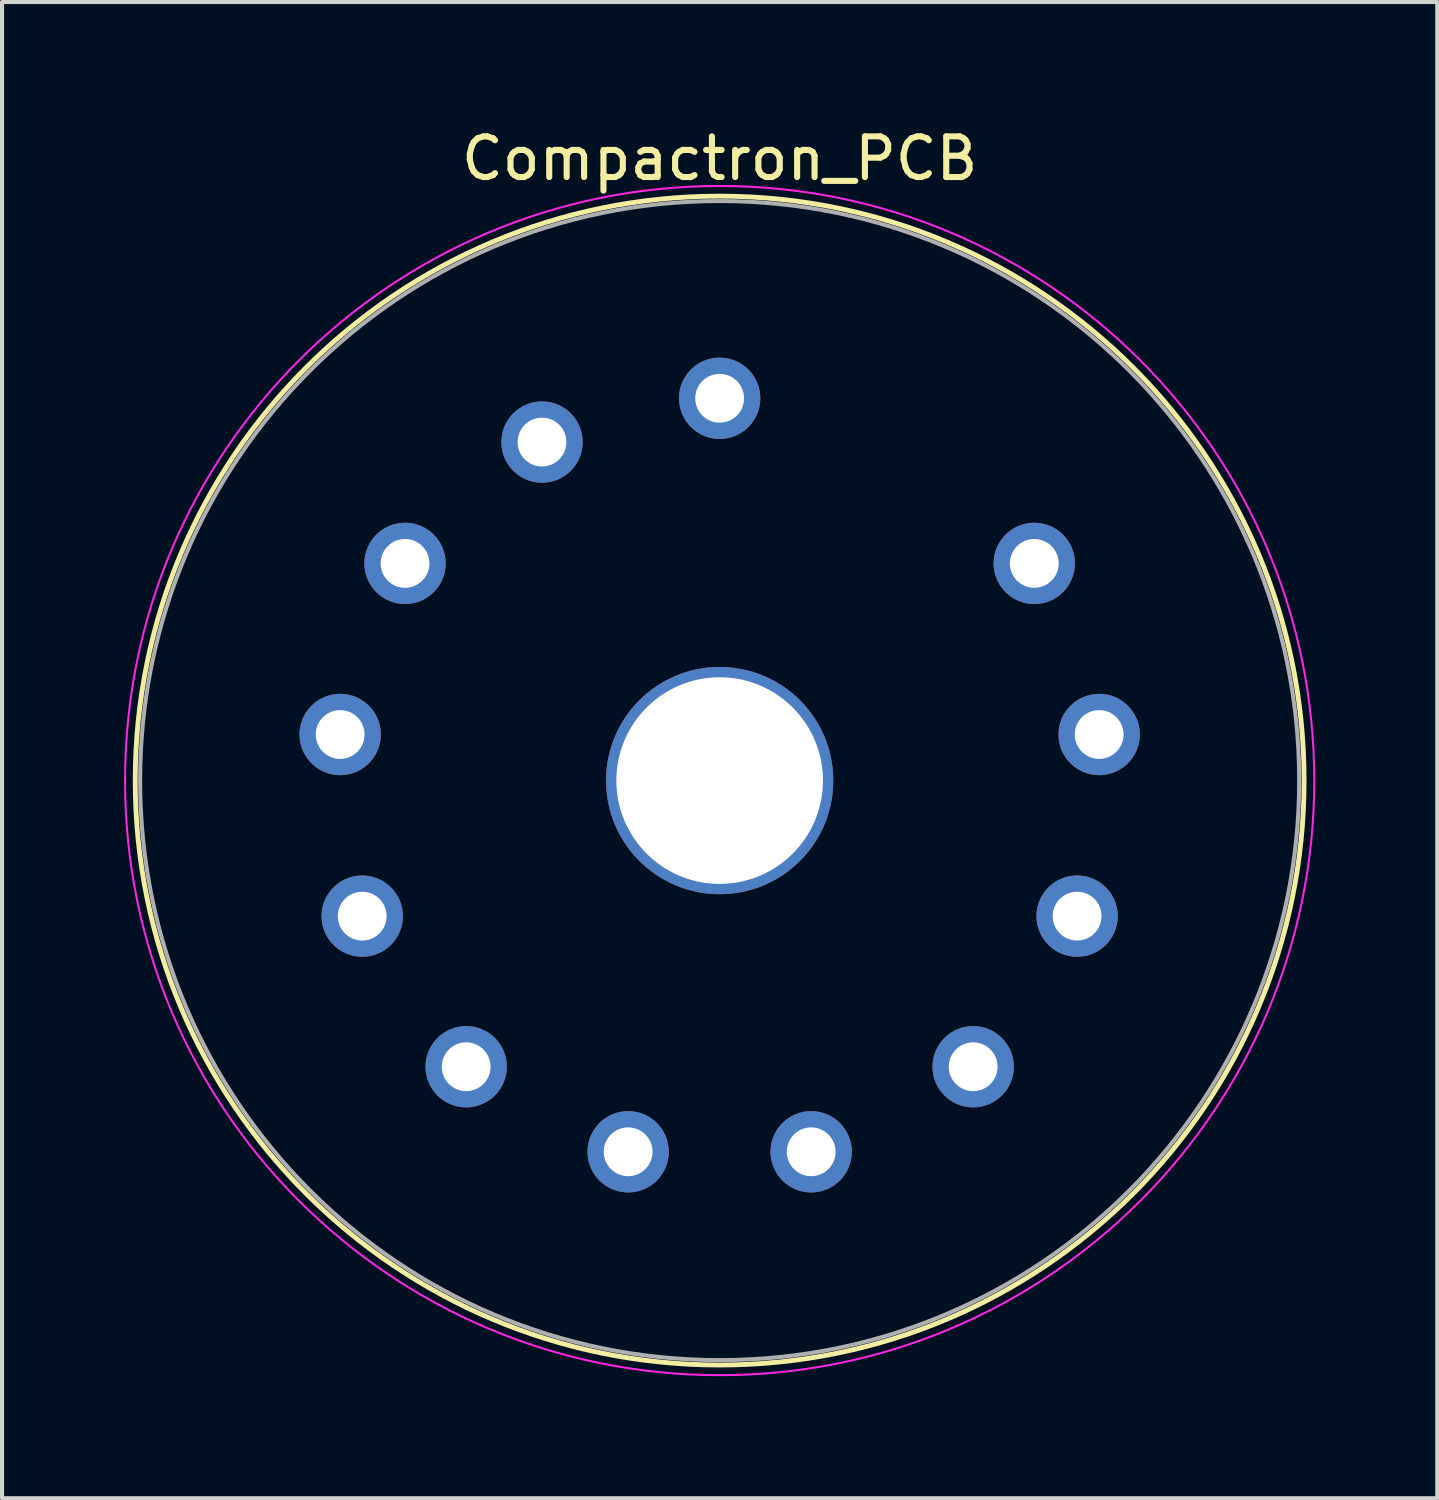
<source format=kicad_pcb>
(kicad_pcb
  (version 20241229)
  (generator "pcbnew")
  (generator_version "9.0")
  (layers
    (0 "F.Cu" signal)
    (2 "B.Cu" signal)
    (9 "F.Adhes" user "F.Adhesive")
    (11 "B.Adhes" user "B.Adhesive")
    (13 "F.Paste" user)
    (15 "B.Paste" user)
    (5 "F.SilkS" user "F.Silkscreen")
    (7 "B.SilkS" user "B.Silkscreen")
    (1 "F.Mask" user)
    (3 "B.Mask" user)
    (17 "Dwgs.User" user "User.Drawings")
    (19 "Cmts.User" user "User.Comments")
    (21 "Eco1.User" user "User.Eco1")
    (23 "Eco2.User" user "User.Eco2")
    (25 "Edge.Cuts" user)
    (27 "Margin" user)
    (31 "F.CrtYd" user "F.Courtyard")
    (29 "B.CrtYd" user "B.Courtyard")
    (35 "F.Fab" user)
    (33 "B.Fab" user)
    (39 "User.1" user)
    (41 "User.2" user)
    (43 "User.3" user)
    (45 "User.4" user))
  (footprint "Compactron_PCB"
    (layer "F.Cu")
    (at 14.645 16.143)
    (property "Reference" "Compactron_PCB" (at 0 -15.295 0) (layer "F.SilkS") (effects (font (size 1 1) (thickness 0.15))))
    (fp_circle (center 0 0) (end 0 14.37) (stroke (width 0.12) (type default)) (fill no) (layer "F.SilkS"))
    (fp_circle (center 0 0) (end 0 14.62) (stroke (width 0.05) (type default)) (fill no) (layer "F.CrtYd"))
    (fp_circle (center 0 0) (end 0 14.25) (stroke (width 0.1) (type default)) (fill no) (layer "F.Fab"))
    (pad "1" thru_hole oval (at 0 -9.4) (size 2 2) (drill 1.2) (layers "*.Cu" "*.Mask"))
    (pad "2" thru_hole oval (at -4.368 -8.323) (size 2 2) (drill 1.2) (layers "*.Cu" "*.Mask"))
    (pad "3" thru_hole oval (at -7.736 -5.34) (size 2 2) (drill 1.2) (layers "*.Cu" "*.Mask"))
    (pad "4" thru_hole oval (at -9.331 -1.133) (size 2 2) (drill 1.2) (layers "*.Cu" "*.Mask"))
    (pad "5" thru_hole oval (at -8.789 3.333) (size 2 2) (drill 1.2) (layers "*.Cu" "*.Mask"))
    (pad "6" thru_hole oval (at -6.233 7.036) (size 2 2) (drill 1.2) (layers "*.Cu" "*.Mask"))
    (pad "7" thru_hole oval (at -2.25 9.127) (size 2 2) (drill 1.2) (layers "*.Cu" "*.Mask"))
    (pad "8" thru_hole oval (at 2.25 9.127) (size 2 2) (drill 1.2) (layers "*.Cu" "*.Mask"))
    (pad "9" thru_hole oval (at 6.233 7.036) (size 2 2) (drill 1.2) (layers "*.Cu" "*.Mask"))
    (pad "10" thru_hole oval (at 8.789 3.333) (size 2 2) (drill 1.2) (layers "*.Cu" "*.Mask"))
    (pad "11" thru_hole oval (at 9.331 -1.133) (size 2 2) (drill 1.2) (layers "*.Cu" "*.Mask"))
    (pad "12" thru_hole oval (at 7.736 -5.34) (size 2 2) (drill 1.2) (layers "*.Cu" "*.Mask"))
    (pad "13" thru_hole circle (at 0 0) (size 5.588 5.588) (drill 5.08) (layers "*.Cu" "*.Mask")))
  (gr_rect
    (start -3 -3)
    (end 32.29 33.788)
    (stroke (width 0.1) (type default))
    (fill no)
    (layer "Edge.Cuts")))
</source>
